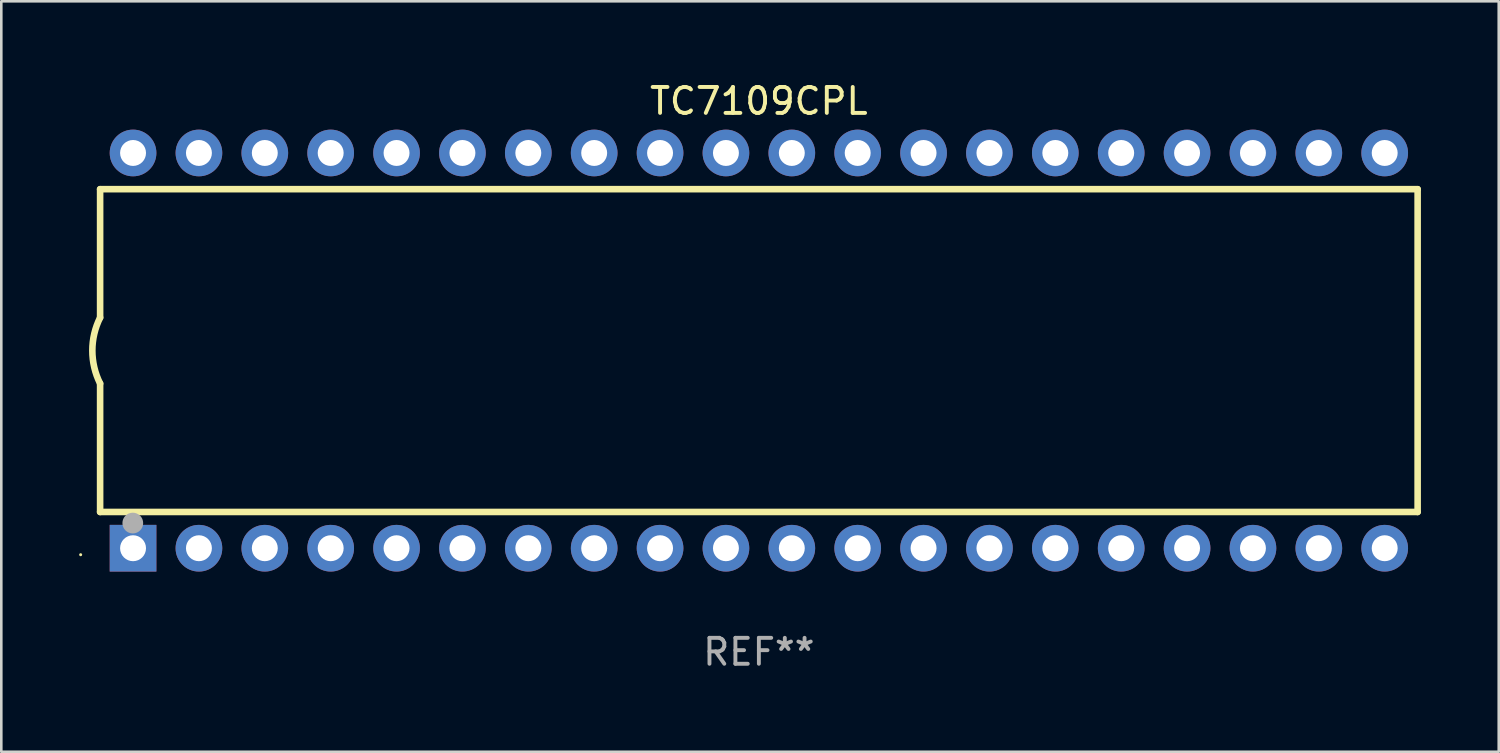
<source format=kicad_pcb>
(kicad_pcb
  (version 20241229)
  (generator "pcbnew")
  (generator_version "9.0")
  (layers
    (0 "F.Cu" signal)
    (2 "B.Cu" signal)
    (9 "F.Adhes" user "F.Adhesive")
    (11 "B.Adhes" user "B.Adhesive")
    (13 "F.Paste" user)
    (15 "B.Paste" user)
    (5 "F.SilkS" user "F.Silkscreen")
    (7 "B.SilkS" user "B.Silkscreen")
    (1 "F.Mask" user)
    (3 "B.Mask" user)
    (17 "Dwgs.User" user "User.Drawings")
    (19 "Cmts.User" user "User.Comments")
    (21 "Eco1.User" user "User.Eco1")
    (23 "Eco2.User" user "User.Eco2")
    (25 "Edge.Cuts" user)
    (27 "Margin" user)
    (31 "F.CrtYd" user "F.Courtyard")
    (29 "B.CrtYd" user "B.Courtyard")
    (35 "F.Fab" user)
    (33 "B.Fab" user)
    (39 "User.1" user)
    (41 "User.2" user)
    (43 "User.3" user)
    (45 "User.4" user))
  (footprint "TC7109CPL"
    (layer "F.Cu")
    (at 26.21 10.468)
    (property "Reference" "TC7109CPL" (at 0 -9.62 0) (layer "F.SilkS") (effects (font (size 1 1) (thickness 0.15))))
    (attr through_hole)
    (fp_line (start -25.4 -6.224) (end -25.4 -1.271) (stroke (width 0.254) (type solid)) (layer "F.SilkS"))
    (fp_line (start -25.4 -6.224) (end 25.4 -6.224) (stroke (width 0.254) (type solid)) (layer "F.SilkS"))
    (fp_line (start -25.4 1.269) (end -25.4 6.222) (stroke (width 0.254) (type solid)) (layer "F.SilkS"))
    (fp_line (start -25.4 6.222) (end 25.4 6.222) (stroke (width 0.254) (type solid)) (layer "F.SilkS"))
    (fp_line (start 25.4 6.222) (end 25.4 -6.224) (stroke (width 0.254) (type solid)) (layer "F.SilkS"))
    (fp_arc (start -25.4 1.269241) (mid -25.699807 -0.000762) (end -25.4 -1.270765) (stroke (width 0.254001) (type solid)) (layer "F.SilkS"))
    (fp_circle (center -26.15 7.87) (end -26.12 7.87) (stroke (width 0.06) (type solid)) (fill no) (layer "F.SilkS"))
    (fp_circle (center -24.14 6.65) (end -23.94 6.65) (stroke (width 0.4) (type solid)) (fill no) (layer "F.Fab"))
    (fp_text user "REF**" (at 0 11.62 0) (layer "F.Fab") (effects (font (size 1 1) (thickness 0.15))))
    (pad "1" thru_hole rect (at -24.13 7.62 90) (size 1.8 1.8) (drill 1) (layers "*.Cu" "*.Mask"))
    (pad "2" thru_hole circle (at -21.59 7.62) (size 1.8 1.8) (drill 1) (layers "*.Cu" "*.Mask"))
    (pad "3" thru_hole circle (at -19.05 7.62) (size 1.8 1.8) (drill 1) (layers "*.Cu" "*.Mask"))
    (pad "4" thru_hole circle (at -16.51 7.62) (size 1.8 1.8) (drill 1) (layers "*.Cu" "*.Mask"))
    (pad "5" thru_hole circle (at -13.97 7.62) (size 1.8 1.8) (drill 1) (layers "*.Cu" "*.Mask"))
    (pad "6" thru_hole circle (at -11.43 7.62) (size 1.8 1.8) (drill 1) (layers "*.Cu" "*.Mask"))
    (pad "7" thru_hole circle (at -8.89 7.62) (size 1.8 1.8) (drill 1) (layers "*.Cu" "*.Mask"))
    (pad "8" thru_hole circle (at -6.35 7.62) (size 1.8 1.8) (drill 1) (layers "*.Cu" "*.Mask"))
    (pad "9" thru_hole circle (at -3.81 7.62) (size 1.8 1.8) (drill 1) (layers "*.Cu" "*.Mask"))
    (pad "10" thru_hole circle (at -1.27 7.62) (size 1.8 1.8) (drill 1) (layers "*.Cu" "*.Mask"))
    (pad "11" thru_hole circle (at 1.27 7.62) (size 1.8 1.8) (drill 1) (layers "*.Cu" "*.Mask"))
    (pad "12" thru_hole circle (at 3.81 7.62) (size 1.8 1.8) (drill 1) (layers "*.Cu" "*.Mask"))
    (pad "13" thru_hole circle (at 6.35 7.62) (size 1.8 1.8) (drill 1) (layers "*.Cu" "*.Mask"))
    (pad "14" thru_hole circle (at 8.89 7.62) (size 1.8 1.8) (drill 1) (layers "*.Cu" "*.Mask"))
    (pad "15" thru_hole circle (at 11.43 7.62) (size 1.8 1.8) (drill 1) (layers "*.Cu" "*.Mask"))
    (pad "16" thru_hole circle (at 13.97 7.62) (size 1.8 1.8) (drill 1) (layers "*.Cu" "*.Mask"))
    (pad "17" thru_hole circle (at 16.51 7.62) (size 1.8 1.8) (drill 1) (layers "*.Cu" "*.Mask"))
    (pad "18" thru_hole circle (at 19.05 7.62) (size 1.8 1.8) (drill 1) (layers "*.Cu" "*.Mask"))
    (pad "19" thru_hole circle (at 21.59 7.62) (size 1.8 1.8) (drill 1) (layers "*.Cu" "*.Mask"))
    (pad "20" thru_hole circle (at 24.13 7.62) (size 1.8 1.8) (drill 1) (layers "*.Cu" "*.Mask"))
    (pad "21" thru_hole circle (at 24.13 -7.62) (size 1.8 1.8) (drill 1) (layers "*.Cu" "*.Mask"))
    (pad "22" thru_hole circle (at 21.59 -7.62) (size 1.8 1.8) (drill 1) (layers "*.Cu" "*.Mask"))
    (pad "23" thru_hole circle (at 19.05 -7.62) (size 1.8 1.8) (drill 1) (layers "*.Cu" "*.Mask"))
    (pad "24" thru_hole circle (at 16.51 -7.62) (size 1.8 1.8) (drill 1) (layers "*.Cu" "*.Mask"))
    (pad "25" thru_hole circle (at 13.97 -7.62) (size 1.8 1.8) (drill 1) (layers "*.Cu" "*.Mask"))
    (pad "26" thru_hole circle (at 11.43 -7.62) (size 1.8 1.8) (drill 1) (layers "*.Cu" "*.Mask"))
    (pad "27" thru_hole circle (at 8.89 -7.62) (size 1.8 1.8) (drill 1) (layers "*.Cu" "*.Mask"))
    (pad "28" thru_hole circle (at 6.35 -7.62) (size 1.8 1.8) (drill 1) (layers "*.Cu" "*.Mask"))
    (pad "29" thru_hole circle (at 3.81 -7.62) (size 1.8 1.8) (drill 1) (layers "*.Cu" "*.Mask"))
    (pad "30" thru_hole circle (at 1.27 -7.62) (size 1.8 1.8) (drill 1) (layers "*.Cu" "*.Mask"))
    (pad "31" thru_hole circle (at -1.27 -7.62) (size 1.8 1.8) (drill 1) (layers "*.Cu" "*.Mask"))
    (pad "32" thru_hole circle (at -3.81 -7.62) (size 1.8 1.8) (drill 1) (layers "*.Cu" "*.Mask"))
    (pad "33" thru_hole circle (at -6.35 -7.62) (size 1.8 1.8) (drill 1) (layers "*.Cu" "*.Mask"))
    (pad "34" thru_hole circle (at -8.89 -7.62) (size 1.8 1.8) (drill 1) (layers "*.Cu" "*.Mask"))
    (pad "35" thru_hole circle (at -11.43 -7.62) (size 1.8 1.8) (drill 1) (layers "*.Cu" "*.Mask"))
    (pad "36" thru_hole circle (at -13.97 -7.62) (size 1.8 1.8) (drill 1) (layers "*.Cu" "*.Mask"))
    (pad "37" thru_hole circle (at -16.51 -7.62) (size 1.8 1.8) (drill 1) (layers "*.Cu" "*.Mask"))
    (pad "38" thru_hole circle (at -19.05 -7.62) (size 1.8 1.8) (drill 1) (layers "*.Cu" "*.Mask"))
    (pad "39" thru_hole circle (at -21.59 -7.62) (size 1.8 1.8) (drill 1) (layers "*.Cu" "*.Mask"))
    (pad "40" thru_hole circle (at -24.13 -7.62) (size 1.8 1.8) (drill 1) (layers "*.Cu" "*.Mask")))
  (gr_rect
    (start -3 -3)
    (end 54.737 25.937)
    (stroke (width 0.1) (type default))
    (fill no)
    (layer "Edge.Cuts")))
</source>
